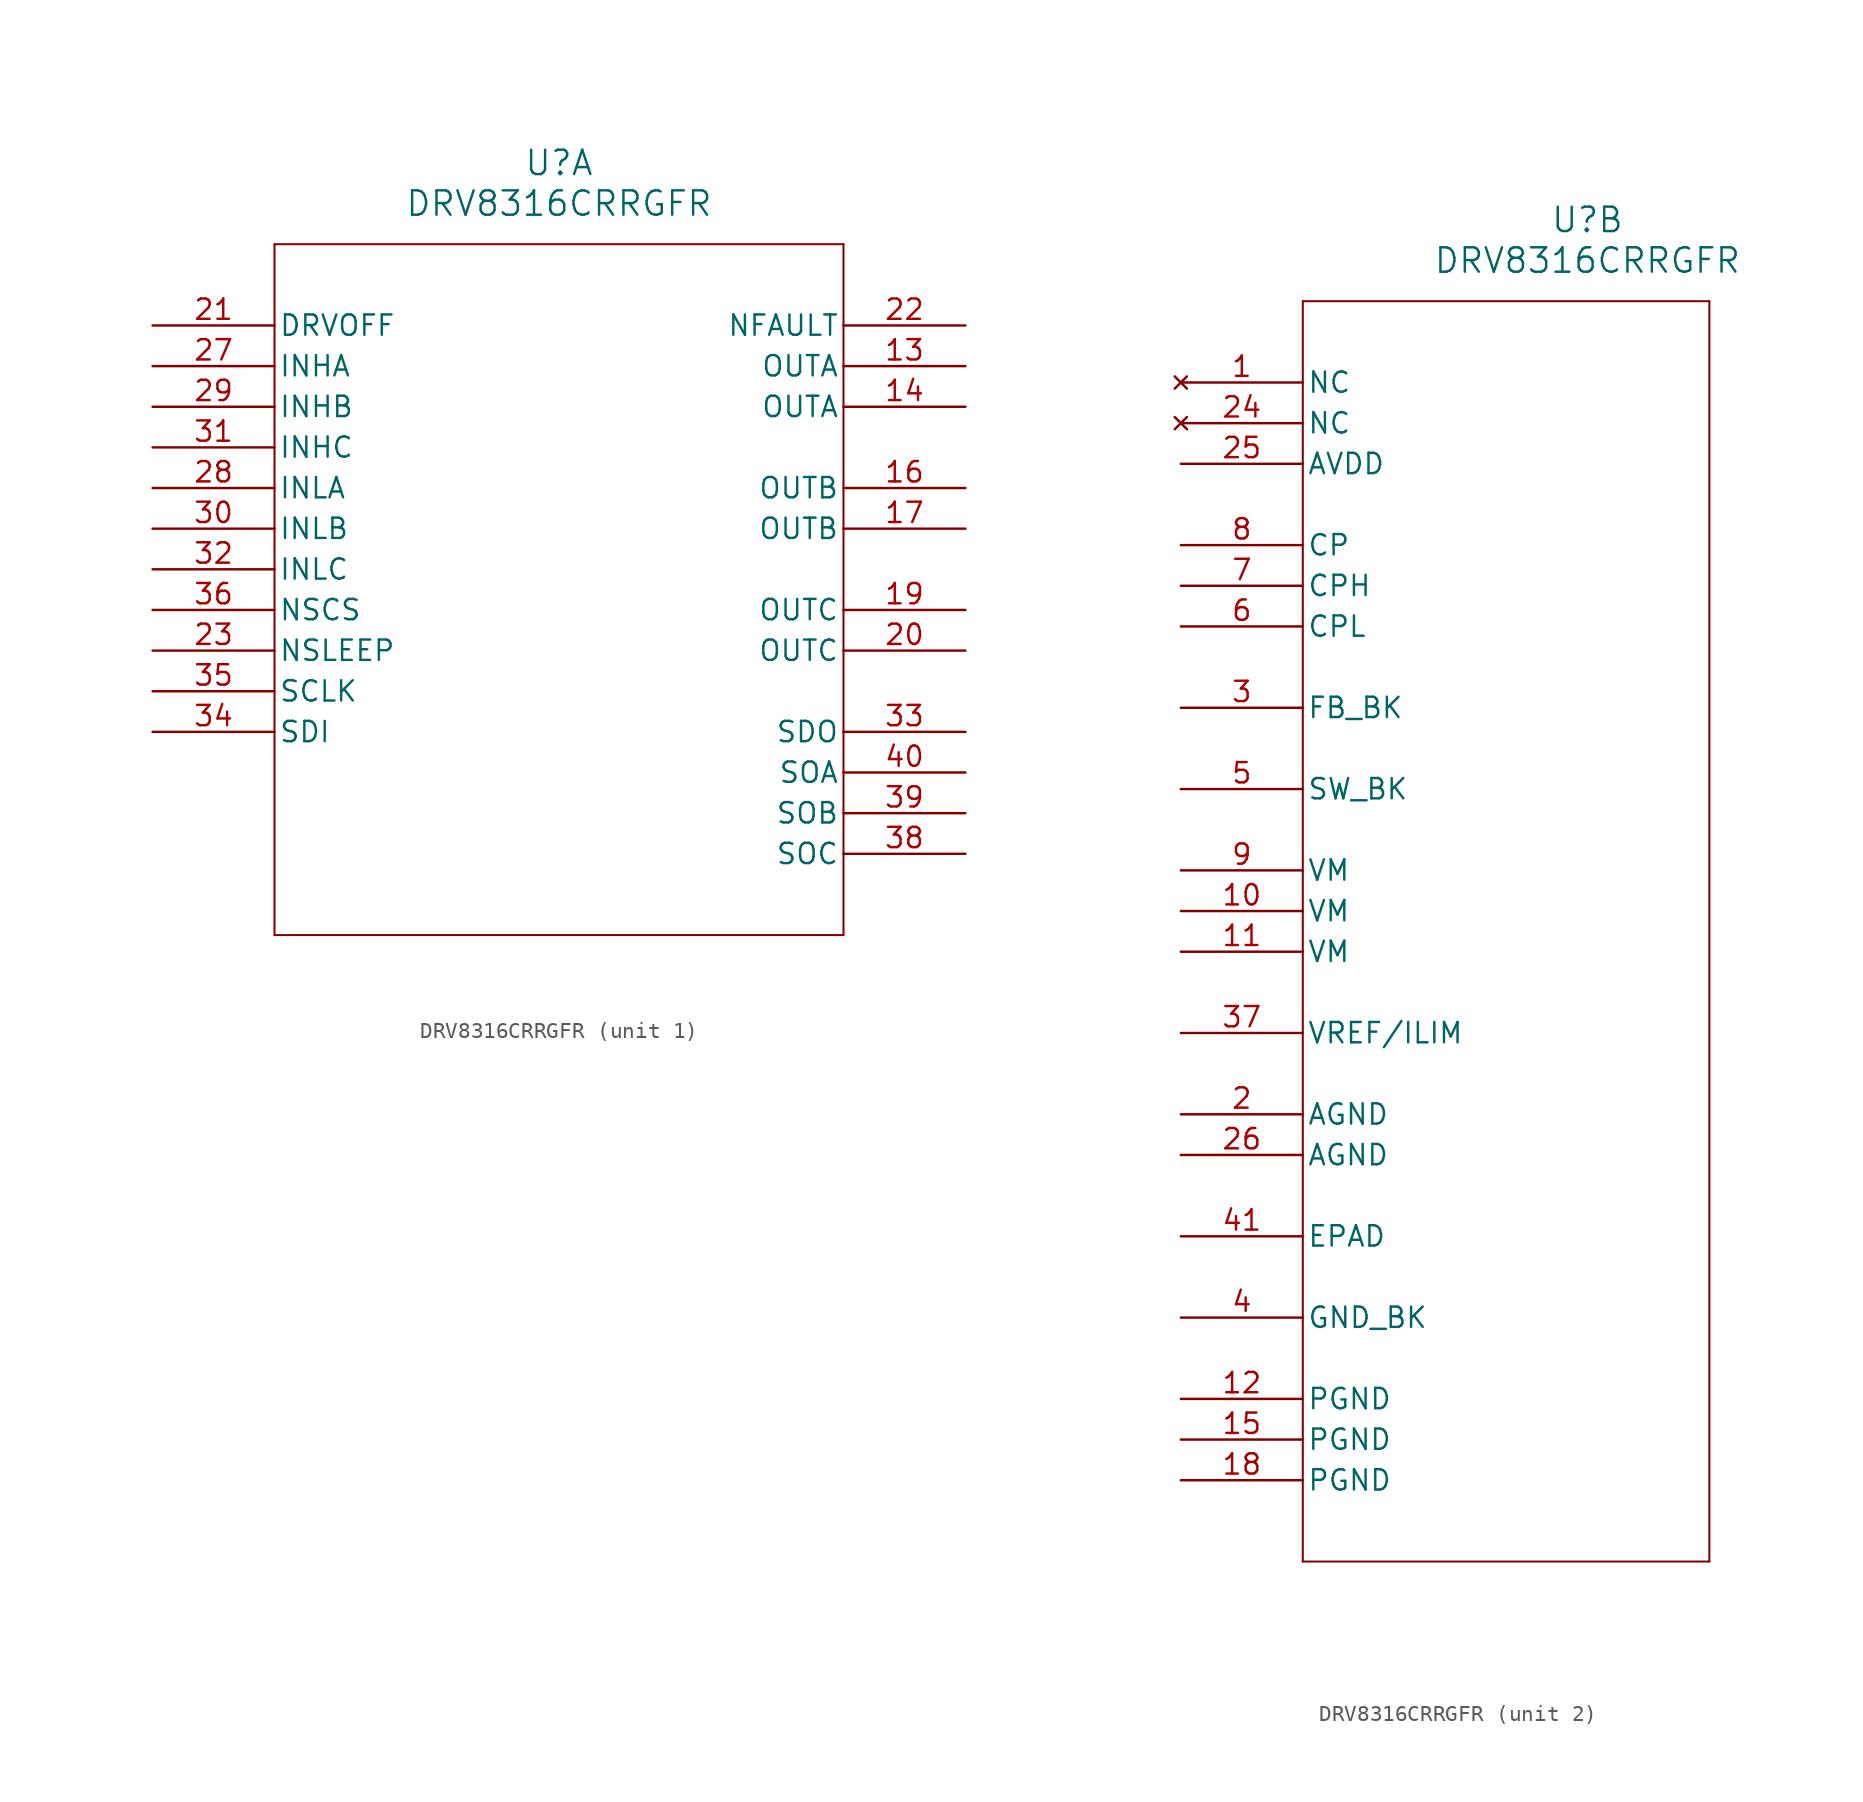
<source format=kicad_sym>
(kicad_symbol_lib
  (version 20211014)
  (generator kicad_symbol_editor)
  (symbol "DRV8316CRRGFR"
    (pin_names
      (offset 0.254))
    (property "Reference" "U"
      (at 25.4 10.16 0)
      (effects (font (size 1.524 1.524))))
    (property "Value" "DRV8316CRRGFR"
      (at 25.4 7.62 0)
      (effects (font (size 1.524 1.524))))
    (symbol "DRV8316CRRGFR_1_1"
      (polyline (pts (xy 7.62 5.08) (xy 7.62 -38.1)) (stroke (width 0.127) (type default) (color 0 0 0 0)) (fill (type none)))
      (polyline (pts (xy 7.62 -38.1) (xy 43.18 -38.1)) (stroke (width 0.127) (type default) (color 0 0 0 0)) (fill (type none)))
      (polyline (pts (xy 43.18 -38.1) (xy 43.18 5.08)) (stroke (width 0.127) (type default) (color 0 0 0 0)) (fill (type none)))
      (polyline (pts (xy 43.18 5.08) (xy 7.62 5.08)) (stroke (width 0.127) (type default) (color 0 0 0 0)) (fill (type none)))
      (pin power_in line (at 50.8 -2.54 180) (length 7.62) (name "OUTA" (effects (font (size 1.27 1.27)))) (number "13" (effects (font (size 1.27 1.27)))))
      (pin power_in line (at 50.8 -5.08 180) (length 7.62) (name "OUTA" (effects (font (size 1.27 1.27)))) (number "14" (effects (font (size 1.27 1.27)))))
      (pin power_in line (at 50.8 -10.16 180) (length 7.62) (name "OUTB" (effects (font (size 1.27 1.27)))) (number "16" (effects (font (size 1.27 1.27)))))
      (pin power_in line (at 50.8 -12.7 180) (length 7.62) (name "OUTB" (effects (font (size 1.27 1.27)))) (number "17" (effects (font (size 1.27 1.27)))))
      (pin power_in line (at 50.8 -17.78 180) (length 7.62) (name "OUTC" (effects (font (size 1.27 1.27)))) (number "19" (effects (font (size 1.27 1.27)))))
      (pin power_in line (at 50.8 -20.32 180) (length 7.62) (name "OUTC" (effects (font (size 1.27 1.27)))) (number "20" (effects (font (size 1.27 1.27)))))
      (pin input line (at 0 0 0) (length 7.62) (name "DRVOFF" (effects (font (size 1.27 1.27)))) (number "21" (effects (font (size 1.27 1.27)))))
      (pin output line (at 50.8 0 180) (length 7.62) (name "NFAULT" (effects (font (size 1.27 1.27)))) (number "22" (effects (font (size 1.27 1.27)))))
      (pin input line (at 0 -20.32 0) (length 7.62) (name "NSLEEP" (effects (font (size 1.27 1.27)))) (number "23" (effects (font (size 1.27 1.27)))))
      (pin input line (at 0 -2.54 0) (length 7.62) (name "INHA" (effects (font (size 1.27 1.27)))) (number "27" (effects (font (size 1.27 1.27)))))
      (pin input line (at 0 -10.16 0) (length 7.62) (name "INLA" (effects (font (size 1.27 1.27)))) (number "28" (effects (font (size 1.27 1.27)))))
      (pin input line (at 0 -5.08 0) (length 7.62) (name "INHB" (effects (font (size 1.27 1.27)))) (number "29" (effects (font (size 1.27 1.27)))))
      (pin input line (at 0 -12.7 0) (length 7.62) (name "INLB" (effects (font (size 1.27 1.27)))) (number "30" (effects (font (size 1.27 1.27)))))
      (pin input line (at 0 -7.62 0) (length 7.62) (name "INHC" (effects (font (size 1.27 1.27)))) (number "31" (effects (font (size 1.27 1.27)))))
      (pin input line (at 0 -15.24 0) (length 7.62) (name "INLC" (effects (font (size 1.27 1.27)))) (number "32" (effects (font (size 1.27 1.27)))))
      (pin output line (at 50.8 -25.4 180) (length 7.62) (name "SDO" (effects (font (size 1.27 1.27)))) (number "33" (effects (font (size 1.27 1.27)))))
      (pin input line (at 0 -25.4 0) (length 7.62) (name "SDI" (effects (font (size 1.27 1.27)))) (number "34" (effects (font (size 1.27 1.27)))))
      (pin input line (at 0 -22.86 0) (length 7.62) (name "SCLK" (effects (font (size 1.27 1.27)))) (number "35" (effects (font (size 1.27 1.27)))))
      (pin input line (at 0 -17.78 0) (length 7.62) (name "NSCS" (effects (font (size 1.27 1.27)))) (number "36" (effects (font (size 1.27 1.27)))))
      (pin output line (at 50.8 -33.02 180) (length 7.62) (name "SOC" (effects (font (size 1.27 1.27)))) (number "38" (effects (font (size 1.27 1.27)))))
      (pin output line (at 50.8 -30.48 180) (length 7.62) (name "SOB" (effects (font (size 1.27 1.27)))) (number "39" (effects (font (size 1.27 1.27)))))
      (pin output line (at 50.8 -27.94 180) (length 7.62) (name "SOA" (effects (font (size 1.27 1.27)))) (number "40" (effects (font (size 1.27 1.27))))))
    (symbol "DRV8316CRRGFR_2_1"
      (polyline (pts (xy 7.62 5.08) (xy 7.62 -73.66)) (stroke (width 0.127) (type default) (color 0 0 0 0)) (fill (type none)))
      (polyline (pts (xy 7.62 -73.66) (xy 33.02 -73.66)) (stroke (width 0.127) (type default) (color 0 0 0 0)) (fill (type none)))
      (polyline (pts (xy 33.02 -73.66) (xy 33.02 5.08)) (stroke (width 0.127) (type default) (color 0 0 0 0)) (fill (type none)))
      (polyline (pts (xy 33.02 5.08) (xy 7.62 5.08)) (stroke (width 0.127) (type default) (color 0 0 0 0)) (fill (type none)))
      (pin no_connect line (at 0 0 0) (length 7.62) (name "NC" (effects (font (size 1.27 1.27)))) (number "1" (effects (font (size 1.27 1.27)))))
      (pin power_out line (at 0 -45.72 0) (length 7.62) (name "AGND" (effects (font (size 1.27 1.27)))) (number "2" (effects (font (size 1.27 1.27)))))
      (pin power_in line (at 0 -20.32 0) (length 7.62) (name "FB_BK" (effects (font (size 1.27 1.27)))) (number "3" (effects (font (size 1.27 1.27)))))
      (pin power_out line (at 0 -58.42 0) (length 7.62) (name "GND_BK" (effects (font (size 1.27 1.27)))) (number "4" (effects (font (size 1.27 1.27)))))
      (pin power_in line (at 0 -25.4 0) (length 7.62) (name "SW_BK" (effects (font (size 1.27 1.27)))) (number "5" (effects (font (size 1.27 1.27)))))
      (pin power_in line (at 0 -15.24 0) (length 7.62) (name "CPL" (effects (font (size 1.27 1.27)))) (number "6" (effects (font (size 1.27 1.27)))))
      (pin power_in line (at 0 -12.7 0) (length 7.62) (name "CPH" (effects (font (size 1.27 1.27)))) (number "7" (effects (font (size 1.27 1.27)))))
      (pin power_in line (at 0 -10.16 0) (length 7.62) (name "CP" (effects (font (size 1.27 1.27)))) (number "8" (effects (font (size 1.27 1.27)))))
      (pin power_in line (at 0 -30.48 0) (length 7.62) (name "VM" (effects (font (size 1.27 1.27)))) (number "9" (effects (font (size 1.27 1.27)))))
      (pin power_in line (at 0 -33.02 0) (length 7.62) (name "VM" (effects (font (size 1.27 1.27)))) (number "10" (effects (font (size 1.27 1.27)))))
      (pin power_in line (at 0 -35.56 0) (length 7.62) (name "VM" (effects (font (size 1.27 1.27)))) (number "11" (effects (font (size 1.27 1.27)))))
      (pin power_out line (at 0 -63.5 0) (length 7.62) (name "PGND" (effects (font (size 1.27 1.27)))) (number "12" (effects (font (size 1.27 1.27)))))
      (pin power_out line (at 0 -66.04 0) (length 7.62) (name "PGND" (effects (font (size 1.27 1.27)))) (number "15" (effects (font (size 1.27 1.27)))))
      (pin power_out line (at 0 -68.58 0) (length 7.62) (name "PGND" (effects (font (size 1.27 1.27)))) (number "18" (effects (font (size 1.27 1.27)))))
      (pin no_connect line (at 0 -2.54 0) (length 7.62) (name "NC" (effects (font (size 1.27 1.27)))) (number "24" (effects (font (size 1.27 1.27)))))
      (pin power_in line (at 0 -5.08 0) (length 7.62) (name "AVDD" (effects (font (size 1.27 1.27)))) (number "25" (effects (font (size 1.27 1.27)))))
      (pin power_out line (at 0 -48.26 0) (length 7.62) (name "AGND" (effects (font (size 1.27 1.27)))) (number "26" (effects (font (size 1.27 1.27)))))
      (pin power_in line (at 0 -40.64 0) (length 7.62) (name "VREF/ILIM" (effects (font (size 1.27 1.27)))) (number "37" (effects (font (size 1.27 1.27)))))
      (pin power_out line (at 0 -53.34 0) (length 7.62) (name "EPAD" (effects (font (size 1.27 1.27)))) (number "41" (effects (font (size 1.27 1.27))))))))
</source>
